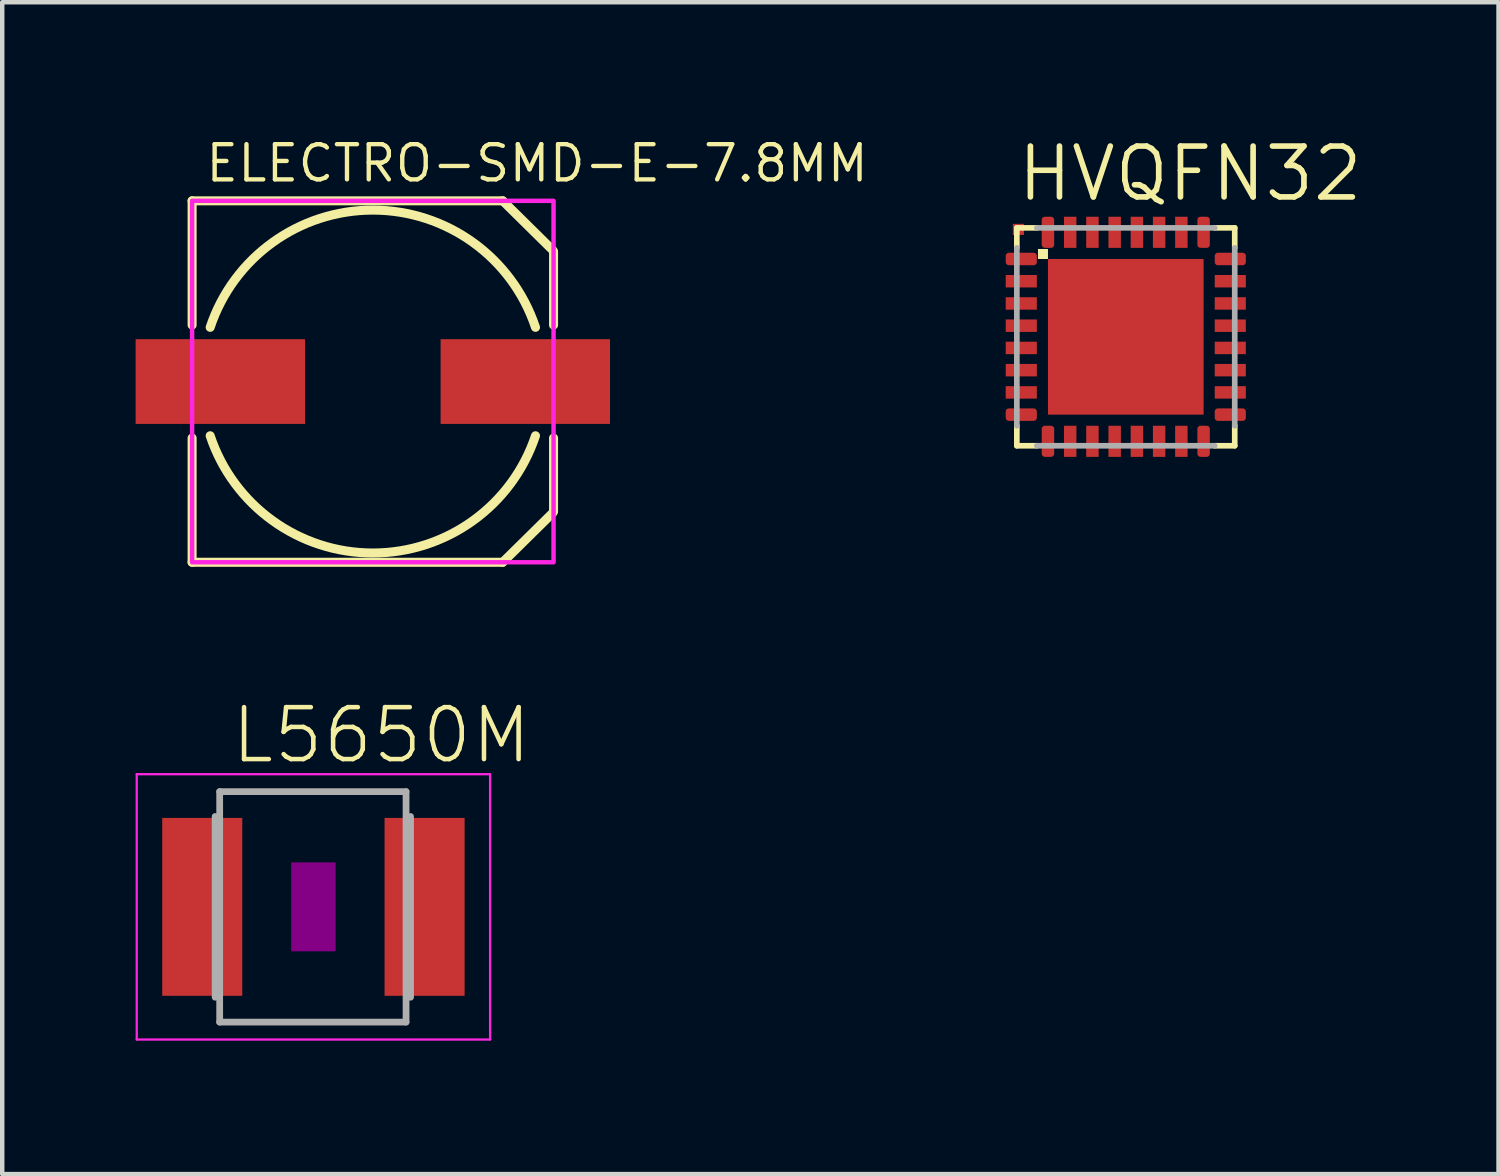
<source format=kicad_pcb>
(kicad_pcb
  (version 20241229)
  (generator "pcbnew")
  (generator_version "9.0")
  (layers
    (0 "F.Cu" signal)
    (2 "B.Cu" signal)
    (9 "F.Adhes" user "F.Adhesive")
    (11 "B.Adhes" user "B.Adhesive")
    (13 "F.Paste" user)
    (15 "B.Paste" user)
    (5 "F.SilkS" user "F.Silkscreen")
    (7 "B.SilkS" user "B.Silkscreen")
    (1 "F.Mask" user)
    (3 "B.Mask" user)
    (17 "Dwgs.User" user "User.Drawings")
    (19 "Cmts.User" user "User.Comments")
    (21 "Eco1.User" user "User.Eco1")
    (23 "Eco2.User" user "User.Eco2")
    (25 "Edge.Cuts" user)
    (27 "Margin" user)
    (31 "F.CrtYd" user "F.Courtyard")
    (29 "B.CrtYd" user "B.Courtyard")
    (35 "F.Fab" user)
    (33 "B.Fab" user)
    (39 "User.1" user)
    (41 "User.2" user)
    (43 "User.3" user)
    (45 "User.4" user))
  (footprint "ELECTRO-SMD-E-7.8MM"
    (layer "F.Cu")
    (at 5.334 5.53)
    (property "Reference" "ELECTRO-SMD-E-7.8MM" (at -3.81 -4.445 0) (layer "F.SilkS") (effects (font (size 0.791 0.791) (thickness 0.098)) (justify left bottom)))
    (fp_line (start -4.064 -4.064) (end -4.064 -1.27) (stroke (width 0.203) (type solid)) (layer "F.SilkS"))
    (fp_line (start -4.064 -4.064) (end 2.921 -4.064) (stroke (width 0.203) (type solid)) (layer "F.SilkS"))
    (fp_line (start -4.064 4.064) (end -4.064 1.27) (stroke (width 0.203) (type solid)) (layer "F.SilkS"))
    (fp_line (start 2.921 -4.064) (end 4.05 -2.95) (stroke (width 0.203) (type solid)) (layer "F.SilkS"))
    (fp_line (start 2.921 4.064) (end -4.064 4.064) (stroke (width 0.203) (type solid)) (layer "F.SilkS"))
    (fp_line (start 4.05 2.95) (end 2.921 4.064) (stroke (width 0.203) (type solid)) (layer "F.SilkS"))
    (fp_line (start 4.064 -2.921) (end 4.064 -1.27) (stroke (width 0.203) (type solid)) (layer "F.SilkS"))
    (fp_line (start 4.064 2.921) (end 4.064 1.27) (stroke (width 0.203) (type solid)) (layer "F.SilkS"))
    (fp_arc (start -3.6576 -1.2192) (mid 0 -3.855449) (end 3.6576 -1.2192) (stroke (width 0.2032) (type solid)) (layer "F.SilkS"))
    (fp_arc (start 3.6576 1.2192) (mid 0 3.855449) (end -3.6576 1.2192) (stroke (width 0.2032) (type solid)) (layer "F.SilkS"))
    (fp_poly (pts (xy -4.064 4.064) (xy 4.064 4.064) (xy 4.064 -4.064) (xy -4.064 -4.064)) (stroke (width 0.1) (type solid)) (fill no) (layer "F.CrtYd"))
    (pad "+" smd rect (at 3.429 0) (size 3.81 1.905) (layers "F.Cu" "F.Mask" "F.Paste"))
    (pad "-" smd rect (at -3.429 0) (size 3.81 1.905) (layers "F.Cu" "F.Mask" "F.Paste")))
  (footprint "L5650M"
    (layer "F.Cu")
    (at 3.998 17.343)
    (property "Reference" "L5650M" (at -1.905 -3.175 0) (layer "F.SilkS") (effects (font (size 1.168 1.168) (thickness 0.102)) (justify left bottom)))
    (fp_poly (pts (xy -0.5 1) (xy 0.5 1) (xy 0.5 -1) (xy -0.5 -1)) (stroke (width 0) (type solid)) (fill yes) (layer "F.Adhes"))
    (fp_line (start -3.973 -2.983) (end 3.973 -2.983) (stroke (width 0.051) (type solid)) (layer "F.CrtYd"))
    (fp_line (start -3.973 2.983) (end -3.973 -2.983) (stroke (width 0.051) (type solid)) (layer "F.CrtYd"))
    (fp_line (start 3.973 -2.983) (end 3.973 2.983) (stroke (width 0.051) (type solid)) (layer "F.CrtYd"))
    (fp_line (start 3.973 2.983) (end -3.973 2.983) (stroke (width 0.051) (type solid)) (layer "F.CrtYd"))
    (fp_line (start -2.21 -2.032) (end -2.21 2.032) (stroke (width 0.152) (type solid)) (layer "F.Fab"))
    (fp_line (start -2.108 -2.591) (end -2.108 2.591) (stroke (width 0.152) (type solid)) (layer "F.Fab"))
    (fp_line (start -2.108 2.591) (end 2.083 2.591) (stroke (width 0.152) (type solid)) (layer "F.Fab"))
    (fp_line (start 2.083 -2.591) (end -2.108 -2.591) (stroke (width 0.152) (type solid)) (layer "F.Fab"))
    (fp_line (start 2.083 -2.591) (end 2.083 2.591) (stroke (width 0.152) (type solid)) (layer "F.Fab"))
    (fp_line (start 2.184 -2.032) (end 2.184 2.032) (stroke (width 0.152) (type solid)) (layer "F.Fab"))
    (pad "1" smd rect (at -2.5 0) (size 1.8 4) (layers "F.Cu" "F.Mask" "F.Paste"))
    (pad "2" smd rect (at 2.5 0) (size 1.8 4) (layers "F.Cu" "F.Mask" "F.Paste")))
  (footprint "HVQFN32"
    (layer "F.Cu")
    (at 22.266 4.524)
    (property "Reference" "HVQFN32" (at -2.5 -3 0) (layer "F.SilkS") (effects (font (size 1.143 1.143) (thickness 0.127)) (justify left bottom)))
    (fp_poly (pts (xy -2.725 -1.575) (xy -1.975 -1.575) (xy -1.975 -1.925) (xy -2.725 -1.925)) (stroke (width 0) (type solid)) (fill yes) (layer "F.Mask"))
    (fp_poly (pts (xy -2.725 -1.075) (xy -1.975 -1.075) (xy -1.975 -1.425) (xy -2.725 -1.425)) (stroke (width 0) (type solid)) (fill yes) (layer "F.Mask"))
    (fp_poly (pts (xy -2.725 -0.575) (xy -1.975 -0.575) (xy -1.975 -0.925) (xy -2.725 -0.925)) (stroke (width 0) (type solid)) (fill yes) (layer "F.Mask"))
    (fp_poly (pts (xy -2.725 -0.075) (xy -1.975 -0.075) (xy -1.975 -0.425) (xy -2.725 -0.425)) (stroke (width 0) (type solid)) (fill yes) (layer "F.Mask"))
    (fp_poly (pts (xy -2.725 0.425) (xy -1.975 0.425) (xy -1.975 0.075) (xy -2.725 0.075)) (stroke (width 0) (type solid)) (fill yes) (layer "F.Mask"))
    (fp_poly (pts (xy -2.725 0.925) (xy -1.975 0.925) (xy -1.975 0.575) (xy -2.725 0.575)) (stroke (width 0) (type solid)) (fill yes) (layer "F.Mask"))
    (fp_poly (pts (xy -2.725 1.425) (xy -1.975 1.425) (xy -1.975 1.075) (xy -2.725 1.075)) (stroke (width 0) (type solid)) (fill yes) (layer "F.Mask"))
    (fp_poly (pts (xy -2.725 1.925) (xy -1.975 1.925) (xy -1.975 1.575) (xy -2.725 1.575)) (stroke (width 0) (type solid)) (fill yes) (layer "F.Mask"))
    (fp_poly (pts (xy -1.925 -2.725) (xy -1.925 -1.975) (xy -1.575 -1.975) (xy -1.575 -2.725)) (stroke (width 0) (type solid)) (fill yes) (layer "F.Mask"))
    (fp_poly (pts (xy -1.75 1.75) (xy 1.75 1.75) (xy 1.75 -1.75) (xy -1.75 -1.75)) (stroke (width 0) (type solid)) (fill yes) (layer "F.Mask"))
    (fp_poly (pts (xy -1.575 2.725) (xy -1.575 1.975) (xy -1.925 1.975) (xy -1.925 2.725)) (stroke (width 0) (type solid)) (fill yes) (layer "F.Mask"))
    (fp_poly (pts (xy -1.425 -2.725) (xy -1.425 -1.975) (xy -1.075 -1.975) (xy -1.075 -2.725)) (stroke (width 0) (type solid)) (fill yes) (layer "F.Mask"))
    (fp_poly (pts (xy -1.075 2.725) (xy -1.075 1.975) (xy -1.425 1.975) (xy -1.425 2.725)) (stroke (width 0) (type solid)) (fill yes) (layer "F.Mask"))
    (fp_poly (pts (xy -0.925 -2.725) (xy -0.925 -1.975) (xy -0.575 -1.975) (xy -0.575 -2.725)) (stroke (width 0) (type solid)) (fill yes) (layer "F.Mask"))
    (fp_poly (pts (xy -0.575 2.725) (xy -0.575 1.975) (xy -0.925 1.975) (xy -0.925 2.725)) (stroke (width 0) (type solid)) (fill yes) (layer "F.Mask"))
    (fp_poly (pts (xy -0.425 -2.725) (xy -0.425 -1.975) (xy -0.075 -1.975) (xy -0.075 -2.725)) (stroke (width 0) (type solid)) (fill yes) (layer "F.Mask"))
    (fp_poly (pts (xy -0.075 2.725) (xy -0.075 1.975) (xy -0.425 1.975) (xy -0.425 2.725)) (stroke (width 0) (type solid)) (fill yes) (layer "F.Mask"))
    (fp_poly (pts (xy 0.075 -2.725) (xy 0.075 -1.975) (xy 0.425 -1.975) (xy 0.425 -2.725)) (stroke (width 0) (type solid)) (fill yes) (layer "F.Mask"))
    (fp_poly (pts (xy 0.425 2.725) (xy 0.425 1.975) (xy 0.075 1.975) (xy 0.075 2.725)) (stroke (width 0) (type solid)) (fill yes) (layer "F.Mask"))
    (fp_poly (pts (xy 0.575 -2.725) (xy 0.575 -1.975) (xy 0.925 -1.975) (xy 0.925 -2.725)) (stroke (width 0) (type solid)) (fill yes) (layer "F.Mask"))
    (fp_poly (pts (xy 0.925 2.725) (xy 0.925 1.975) (xy 0.575 1.975) (xy 0.575 2.725)) (stroke (width 0) (type solid)) (fill yes) (layer "F.Mask"))
    (fp_poly (pts (xy 1.075 -2.725) (xy 1.075 -1.975) (xy 1.425 -1.975) (xy 1.425 -2.725)) (stroke (width 0) (type solid)) (fill yes) (layer "F.Mask"))
    (fp_poly (pts (xy 1.425 2.725) (xy 1.425 1.975) (xy 1.075 1.975) (xy 1.075 2.725)) (stroke (width 0) (type solid)) (fill yes) (layer "F.Mask"))
    (fp_poly (pts (xy 1.575 -2.725) (xy 1.575 -1.975) (xy 1.925 -1.975) (xy 1.925 -2.725)) (stroke (width 0) (type solid)) (fill yes) (layer "F.Mask"))
    (fp_poly (pts (xy 1.925 2.725) (xy 1.925 1.975) (xy 1.575 1.975) (xy 1.575 2.725)) (stroke (width 0) (type solid)) (fill yes) (layer "F.Mask"))
    (fp_poly (pts (xy 2.725 -1.925) (xy 1.975 -1.925) (xy 1.975 -1.575) (xy 2.725 -1.575)) (stroke (width 0) (type solid)) (fill yes) (layer "F.Mask"))
    (fp_poly (pts (xy 2.725 -1.425) (xy 1.975 -1.425) (xy 1.975 -1.075) (xy 2.725 -1.075)) (stroke (width 0) (type solid)) (fill yes) (layer "F.Mask"))
    (fp_poly (pts (xy 2.725 -0.925) (xy 1.975 -0.925) (xy 1.975 -0.575) (xy 2.725 -0.575)) (stroke (width 0) (type solid)) (fill yes) (layer "F.Mask"))
    (fp_poly (pts (xy 2.725 -0.425) (xy 1.975 -0.425) (xy 1.975 -0.075) (xy 2.725 -0.075)) (stroke (width 0) (type solid)) (fill yes) (layer "F.Mask"))
    (fp_poly (pts (xy 2.725 0.075) (xy 1.975 0.075) (xy 1.975 0.425) (xy 2.725 0.425)) (stroke (width 0) (type solid)) (fill yes) (layer "F.Mask"))
    (fp_poly (pts (xy 2.725 0.575) (xy 1.975 0.575) (xy 1.975 0.925) (xy 2.725 0.925)) (stroke (width 0) (type solid)) (fill yes) (layer "F.Mask"))
    (fp_poly (pts (xy 2.725 1.075) (xy 1.975 1.075) (xy 1.975 1.425) (xy 2.725 1.425)) (stroke (width 0) (type solid)) (fill yes) (layer "F.Mask"))
    (fp_poly (pts (xy 2.725 1.575) (xy 1.975 1.575) (xy 1.975 1.925) (xy 2.725 1.925)) (stroke (width 0) (type solid)) (fill yes) (layer "F.Mask"))
    (fp_line (start -2.45 -2.45) (end -2.45 -2) (stroke (width 0.127) (type solid)) (layer "F.SilkS"))
    (fp_line (start -2.45 2) (end -2.45 2.45) (stroke (width 0.127) (type solid)) (layer "F.SilkS"))
    (fp_line (start -2.45 2.45) (end -2 2.45) (stroke (width 0.127) (type solid)) (layer "F.SilkS"))
    (fp_line (start -2 -2.45) (end -2.45 -2.45) (stroke (width 0.127) (type solid)) (layer "F.SilkS"))
    (fp_line (start 2 2.45) (end 2.45 2.45) (stroke (width 0.127) (type solid)) (layer "F.SilkS"))
    (fp_line (start 2.45 -2.45) (end 2 -2.45) (stroke (width 0.127) (type solid)) (layer "F.SilkS"))
    (fp_line (start 2.45 -2) (end 2.45 -2.45) (stroke (width 0.127) (type solid)) (layer "F.SilkS"))
    (fp_line (start 2.45 2.45) (end 2.45 2) (stroke (width 0.127) (type solid)) (layer "F.SilkS"))
    (fp_poly (pts (xy -1.975 -1.75) (xy -1.75 -1.75) (xy -1.75 -1.975) (xy -1.975 -1.975)) (stroke (width 0) (type solid)) (fill yes) (layer "F.SilkS"))
    (fp_line (start -2.45 -2) (end -2.45 2) (stroke (width 0.127) (type solid)) (layer "F.Fab"))
    (fp_line (start -2 2.45) (end 2 2.45) (stroke (width 0.127) (type solid)) (layer "F.Fab"))
    (fp_line (start 2 -2.45) (end -2 -2.45) (stroke (width 0.127) (type solid)) (layer "F.Fab"))
    (fp_line (start 2.45 2) (end 2.45 -2) (stroke (width 0.127) (type solid)) (layer "F.Fab"))
    (pad "1" smd roundrect (at -2.35 -1.75) (size 0.7 0.28) (layers "F.Cu" "F.Paste") (roundrect_rratio 0.25))
    (pad "2" smd rect (at -2.35 -1.25) (size 0.7 0.28) (layers "F.Cu" "F.Paste"))
    (pad "3" smd rect (at -2.35 -0.75) (size 0.7 0.28) (layers "F.Cu" "F.Paste"))
    (pad "4" smd rect (at -2.35 -0.25) (size 0.7 0.28) (layers "F.Cu" "F.Paste"))
    (pad "5" smd rect (at -2.35 0.25) (size 0.7 0.28) (layers "F.Cu" "F.Paste"))
    (pad "6" smd rect (at -2.35 0.75) (size 0.7 0.28) (layers "F.Cu" "F.Paste"))
    (pad "7" smd rect (at -2.35 1.25) (size 0.7 0.28) (layers "F.Cu" "F.Paste"))
    (pad "8" smd roundrect (at -2.35 1.75) (size 0.7 0.28) (layers "F.Cu" "F.Paste") (roundrect_rratio 0.25))
    (pad "9" smd roundrect (at -1.75 2.35) (size 0.28 0.7) (layers "F.Cu" "F.Paste") (roundrect_rratio 0.25))
    (pad "10" smd rect (at -1.25 2.35) (size 0.28 0.7) (layers "F.Cu" "F.Paste"))
    (pad "11" smd rect (at -0.75 2.35) (size 0.28 0.7) (layers "F.Cu" "F.Paste"))
    (pad "12" smd rect (at -0.25 2.35) (size 0.28 0.7) (layers "F.Cu" "F.Paste"))
    (pad "13" smd rect (at 0.25 2.35) (size 0.28 0.7) (layers "F.Cu" "F.Paste"))
    (pad "14" smd rect (at 0.75 2.35) (size 0.28 0.7) (layers "F.Cu" "F.Paste"))
    (pad "15" smd rect (at 1.25 2.35) (size 0.28 0.7) (layers "F.Cu" "F.Paste"))
    (pad "16" smd roundrect (at 1.75 2.35) (size 0.28 0.7) (layers "F.Cu" "F.Paste") (roundrect_rratio 0.25))
    (pad "17" smd roundrect (at 2.35 1.75) (size 0.7 0.28) (layers "F.Cu" "F.Paste") (roundrect_rratio 0.25))
    (pad "18" smd rect (at 2.35 1.25) (size 0.7 0.28) (layers "F.Cu" "F.Paste"))
    (pad "19" smd rect (at 2.35 0.75) (size 0.7 0.28) (layers "F.Cu" "F.Paste"))
    (pad "20" smd rect (at 2.35 0.25) (size 0.7 0.28) (layers "F.Cu" "F.Paste"))
    (pad "21" smd rect (at 2.35 -0.25) (size 0.7 0.28) (layers "F.Cu" "F.Paste"))
    (pad "22" smd rect (at 2.35 -0.75) (size 0.7 0.28) (layers "F.Cu" "F.Paste"))
    (pad "23" smd rect (at 2.35 -1.25) (size 0.7 0.28) (layers "F.Cu" "F.Paste"))
    (pad "24" smd roundrect (at 2.35 -1.75) (size 0.7 0.28) (layers "F.Cu" "F.Paste") (roundrect_rratio 0.25))
    (pad "25" smd roundrect (at 1.75 -2.35) (size 0.28 0.7) (layers "F.Cu" "F.Paste") (roundrect_rratio 0.25))
    (pad "26" smd rect (at 1.25 -2.35) (size 0.28 0.7) (layers "F.Cu" "F.Paste"))
    (pad "27" smd rect (at 0.75 -2.35) (size 0.28 0.7) (layers "F.Cu" "F.Paste"))
    (pad "28" smd rect (at 0.25 -2.35) (size 0.28 0.7) (layers "F.Cu" "F.Paste"))
    (pad "29" smd rect (at -0.25 -2.35) (size 0.28 0.7) (layers "F.Cu" "F.Paste"))
    (pad "30" smd rect (at -0.75 -2.35) (size 0.28 0.7) (layers "F.Cu" "F.Paste"))
    (pad "31" smd rect (at -1.25 -2.35) (size 0.28 0.7) (layers "F.Cu" "F.Paste"))
    (pad "32" smd roundrect (at -1.75 -2.35) (size 0.28 0.7) (layers "F.Cu" "F.Paste") (roundrect_rratio 0.25))
    (pad "EXP" smd rect (at 0 0) (size 3.5 3.5) (layers "F.Cu" "F.Paste"))
    (pad "M1" smd rect (at -2.415 -2.415) (size 0.25 0.25) (layers "F.Cu" "F.Mask" "F.Paste")))
  (gr_rect
    (start -3 -3)
    (end 30.648 23.352)
    (stroke (width 0.1) (type default))
    (fill no)
    (layer "Edge.Cuts")))
</source>
